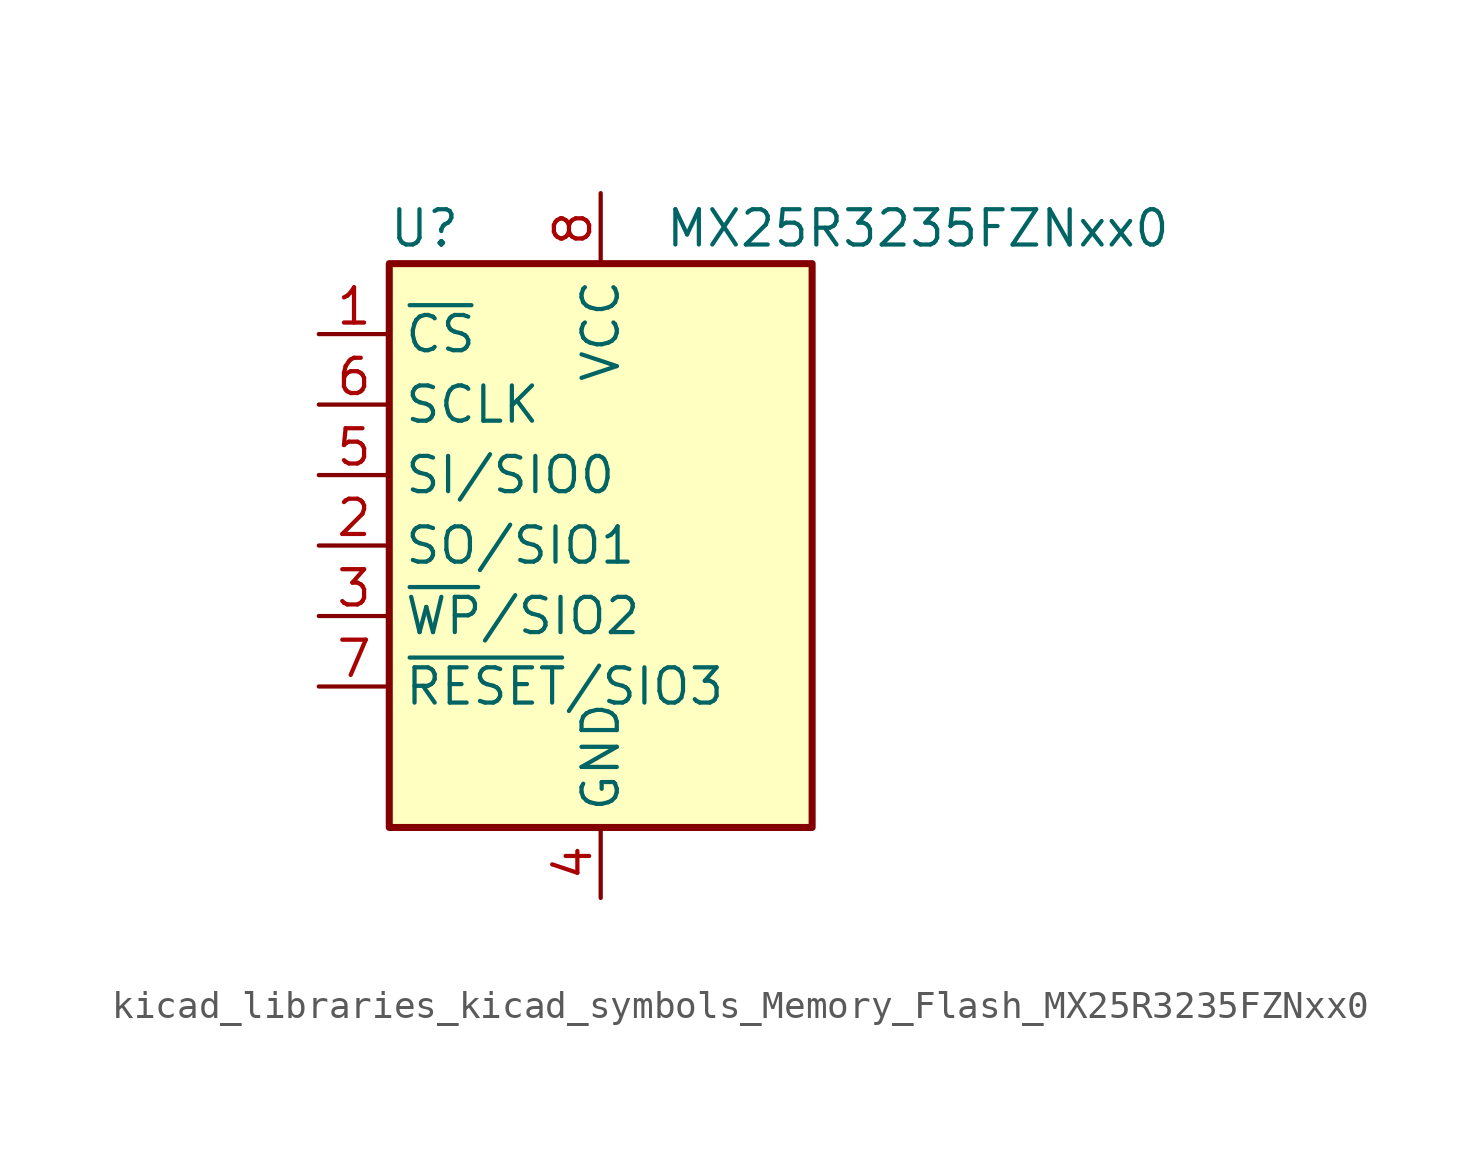
<source format=kicad_sym>
(kicad_symbol_lib
  (version 20220914)
  (generator kicad_symbol_editor)
  (symbol "kicad_libraries_kicad_symbols_Memory_Flash_MX25R3235FZNxx0"
    (property "Reference" "U"
      (at -6.35 11.43 0)
      (effects (font (size 1.27 1.27))))
    (property "Value" "MX25R3235FZNxx0"
      (at 11.43 11.43 0)
      (effects (font (size 1.27 1.27))))
    (symbol "kicad_libraries_kicad_symbols_Memory_Flash_MX25R3235FZNxx0_0_1"
      (rectangle (start -7.62 10.16) (end 7.62 -10.16) (stroke (width 0.254) (type default)) (fill (type background))))
    (symbol "kicad_libraries_kicad_symbols_Memory_Flash_MX25R3235FZNxx0_1_1"
      (pin input line (at -10.16 7.62 0) (length 2.54) (name "~{CS}" (effects (font (size 1.27 1.27)))) (number "1" (effects (font (size 1.27 1.27)))))
      (pin bidirectional line (at -10.16 0 0) (length 2.54) (name "SO/SIO1" (effects (font (size 1.27 1.27)))) (number "2" (effects (font (size 1.27 1.27)))))
      (pin bidirectional line (at -10.16 -2.54 0) (length 2.54) (name "~{WP}/SIO2" (effects (font (size 1.27 1.27)))) (number "3" (effects (font (size 1.27 1.27)))))
      (pin power_in line (at 0 -12.7 90) (length 2.54) (name "GND" (effects (font (size 1.27 1.27)))) (number "4" (effects (font (size 1.27 1.27)))))
      (pin bidirectional line (at -10.16 2.54 0) (length 2.54) (name "SI/SIO0" (effects (font (size 1.27 1.27)))) (number "5" (effects (font (size 1.27 1.27)))))
      (pin input line (at -10.16 5.08 0) (length 2.54) (name "SCLK" (effects (font (size 1.27 1.27)))) (number "6" (effects (font (size 1.27 1.27)))))
      (pin bidirectional line (at -10.16 -5.08 0) (length 2.54) (name "~{RESET}/SIO3" (effects (font (size 1.27 1.27)))) (number "7" (effects (font (size 1.27 1.27)))))
      (pin power_in line (at 0 12.7 270) (length 2.54) (name "VCC" (effects (font (size 1.27 1.27)))) (number "8" (effects (font (size 1.27 1.27)))))
      (pin passive line (at 0 -12.7 90) (length 2.54) hide (name "GND" (effects (font (size 1.27 1.27)))) (number "9" (effects (font (size 1.27 1.27))))))))
</source>
